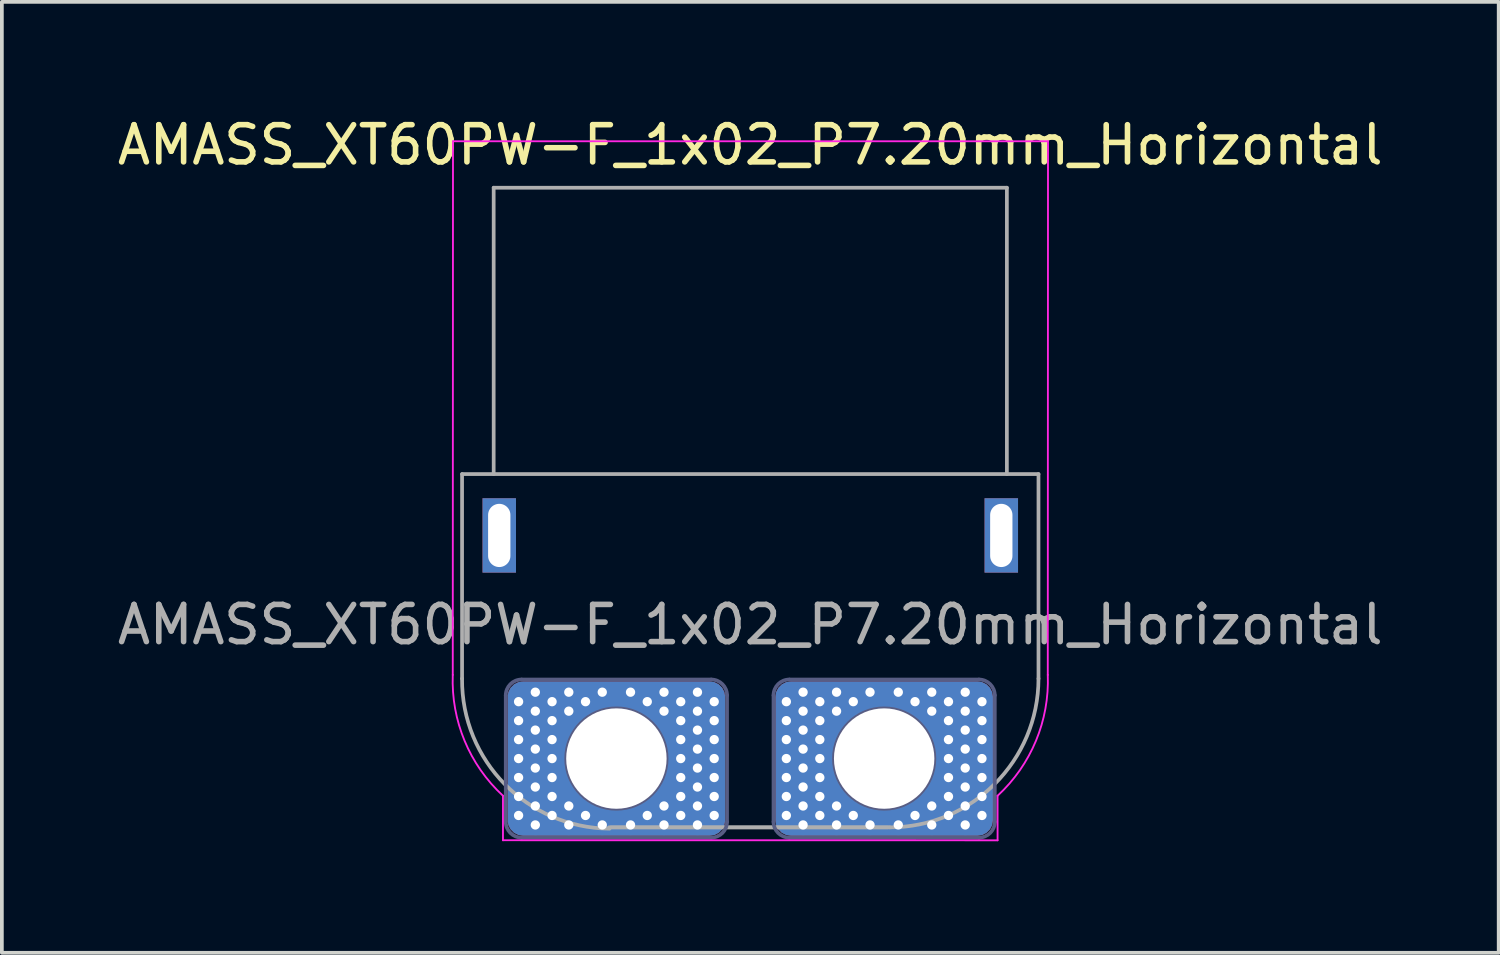
<source format=kicad_pcb>
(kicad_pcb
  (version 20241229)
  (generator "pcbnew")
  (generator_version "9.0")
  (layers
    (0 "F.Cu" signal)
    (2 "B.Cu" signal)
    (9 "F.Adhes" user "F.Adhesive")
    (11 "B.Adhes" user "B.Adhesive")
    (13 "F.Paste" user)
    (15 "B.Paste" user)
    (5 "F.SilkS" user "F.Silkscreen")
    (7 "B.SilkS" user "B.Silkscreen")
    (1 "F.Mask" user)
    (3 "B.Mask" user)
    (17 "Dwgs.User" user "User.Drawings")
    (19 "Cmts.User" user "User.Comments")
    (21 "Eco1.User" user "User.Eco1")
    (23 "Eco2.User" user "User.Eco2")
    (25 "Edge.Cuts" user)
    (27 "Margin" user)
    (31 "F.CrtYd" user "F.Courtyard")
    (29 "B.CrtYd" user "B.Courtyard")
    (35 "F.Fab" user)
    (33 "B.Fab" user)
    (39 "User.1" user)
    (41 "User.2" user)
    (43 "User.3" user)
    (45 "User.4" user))
  (footprint "AMASS_XT60PW-F_1x02_P7.20mm_Horizontal"
    (layer "F.Cu")
    (at 20.725 17.348)
    (property "Reference" "AMASS_XT60PW-F_1x02_P7.20mm_Horizontal" (at -3.6 -16.5 0) (layer "F.SilkS") (effects (font (size 1 1) (thickness 0.15))))
    (attr through_hole)
    (fp_line (start -11.594 -16.6) (end -11.6 -2.25) (stroke (width 0.05) (type solid)) (layer "F.CrtYd"))
    (fp_line (start -11.594 -16.6) (end 4.406 -16.6) (stroke (width 0.05) (type solid)) (layer "F.CrtYd"))
    (fp_line (start -10.25 1) (end -10.25 2.198) (stroke (width 0.05) (type solid)) (layer "F.CrtYd"))
    (fp_line (start 3.05 1) (end 3.05 2.198) (stroke (width 0.05) (type solid)) (layer "F.CrtYd"))
    (fp_line (start 3.05 2.198) (end -10.25 2.196) (stroke (width 0.05) (type solid)) (layer "F.CrtYd"))
    (fp_line (start 4.406 -16.6) (end 4.4 -2.25) (stroke (width 0.05) (type solid)) (layer "F.CrtYd"))
    (fp_arc (start -10.25 1) (mid -11.281741 -0.476815) (end -11.6 -2.25) (stroke (width 0.05) (type solid)) (layer "F.CrtYd"))
    (fp_arc (start 4.4 -2.25) (mid 4.081744 -0.476814) (end 3.05 1) (stroke (width 0.05) (type solid)) (layer "F.CrtYd"))
    (fp_line (start -10.175 1.7) (end -10.175 -1.7) (stroke (width 0.1) (type default)) (layer "B.Fab"))
    (fp_line (start -9.75 -2.125) (end -4.65 -2.125) (stroke (width 0.1) (type default)) (layer "B.Fab"))
    (fp_line (start -4.65 2.125) (end -9.75 2.125) (stroke (width 0.1) (type default)) (layer "B.Fab"))
    (fp_line (start -4.225 -1.7) (end -4.225 1.7) (stroke (width 0.1) (type default)) (layer "B.Fab"))
    (fp_line (start -2.975 1.7) (end -2.975 -1.7) (stroke (width 0.1) (type default)) (layer "B.Fab"))
    (fp_line (start -2.55 -2.125) (end 2.55 -2.125) (stroke (width 0.1) (type default)) (layer "B.Fab"))
    (fp_line (start 2.55 2.125) (end -2.55 2.125) (stroke (width 0.1) (type default)) (layer "B.Fab"))
    (fp_line (start 2.975 -1.7) (end 2.975 1.7) (stroke (width 0.1) (type default)) (layer "B.Fab"))
    (fp_arc (start -10.175 -1.7) (mid -10.05052 -2.00052) (end -9.75 -2.125) (stroke (width 0.1) (type default)) (layer "B.Fab"))
    (fp_arc (start -9.75 2.125) (mid -10.05052 2.00052) (end -10.175 1.7) (stroke (width 0.1) (type default)) (layer "B.Fab"))
    (fp_arc (start -4.65 -2.125) (mid -4.34948 -2.00052) (end -4.225 -1.7) (stroke (width 0.1) (type default)) (layer "B.Fab"))
    (fp_arc (start -4.225 1.7) (mid -4.34948 2.00052) (end -4.65 2.125) (stroke (width 0.1) (type default)) (layer "B.Fab"))
    (fp_arc (start -2.975 -1.7) (mid -2.85052 -2.00052) (end -2.55 -2.125) (stroke (width 0.1) (type default)) (layer "B.Fab"))
    (fp_arc (start -2.55 2.125) (mid -2.85052 2.00052) (end -2.975 1.7) (stroke (width 0.1) (type default)) (layer "B.Fab"))
    (fp_arc (start 2.55 -2.125) (mid 2.85052 -2.00052) (end 2.975 -1.7) (stroke (width 0.1) (type default)) (layer "B.Fab"))
    (fp_arc (start 2.975 1.7) (mid 2.85052 2.00052) (end 2.55 2.125) (stroke (width 0.1) (type default)) (layer "B.Fab"))
    (fp_circle (center -7.2 0) (end -5.85 0) (stroke (width 0.1) (type default)) (fill no) (layer "B.Fab"))
    (fp_circle (center 0 0) (end 1.35 0) (stroke (width 0.1) (type default)) (fill no) (layer "B.Fab"))
    (fp_line (start -11.35 -7.65) (end -11.35 -2.15) (stroke (width 0.1) (type solid)) (layer "F.Fab"))
    (fp_line (start -11.35 -7.65) (end 4.15 -7.65) (stroke (width 0.1) (type solid)) (layer "F.Fab"))
    (fp_line (start -10.5 -15.35) (end 3.3 -15.35) (stroke (width 0.1) (type solid)) (layer "F.Fab"))
    (fp_line (start -10.5 -7.65) (end -10.5 -15.35) (stroke (width 0.1) (type solid)) (layer "F.Fab"))
    (fp_line (start -7.4 1.85) (end 0.1 1.85) (stroke (width 0.1) (type solid)) (layer "F.Fab"))
    (fp_line (start -7.35 1.85) (end 0.15 1.85) (stroke (width 0.1) (type solid)) (layer "F.Fab"))
    (fp_line (start 3.3 -7.65) (end 3.3 -15.35) (stroke (width 0.1) (type solid)) (layer "F.Fab"))
    (fp_line (start 4.15 -7.65) (end 4.15 -2.15) (stroke (width 0.1) (type solid)) (layer "F.Fab"))
    (fp_arc (start -7.385 1.885) (mid -10.203176 0.688678) (end -11.35 -2.15) (stroke (width 0.1) (type solid)) (layer "F.Fab"))
    (fp_arc (start 4.15 -2.15) (mid 2.978427 0.678427) (end 0.15 1.85) (stroke (width 0.1) (type solid)) (layer "F.Fab"))
    (fp_circle (center -0.05 0) (end 0.2 0) (stroke (width 0.1) (type solid)) (fill no) (layer "F.Fab"))
    (fp_text user "${REFERENCE}" (at -3.6 -3.6 0) (layer "F.Fab") (effects (font (size 1 1) (thickness 0.15))))
    (pad "1" thru_hole circle (at -2.63 -1.53 90) (size 0.55 0.55) (drill 0.25) (layers "*.Cu"))
    (pad "1" thru_hole circle (at -2.63 -1.02 90) (size 0.55 0.55) (drill 0.25) (layers "*.Cu"))
    (pad "1" thru_hole circle (at -2.63 -0.51 90) (size 0.55 0.55) (drill 0.25) (layers "*.Cu"))
    (pad "1" thru_hole circle (at -2.63 0 90) (size 0.55 0.55) (drill 0.25) (layers "*.Cu"))
    (pad "1" thru_hole circle (at -2.63 0.51 90) (size 0.55 0.55) (drill 0.25) (layers "*.Cu"))
    (pad "1" thru_hole circle (at -2.63 1.02 90) (size 0.55 0.55) (drill 0.25) (layers "*.Cu"))
    (pad "1" thru_hole circle (at -2.63 1.53 90) (size 0.55 0.55) (drill 0.25) (layers "*.Cu"))
    (pad "1" thru_hole circle (at -2.18 -1.785 90) (size 0.55 0.55) (drill 0.25) (layers "*.Cu"))
    (pad "1" thru_hole circle (at -2.18 -1.275 90) (size 0.55 0.55) (drill 0.25) (layers "*.Cu"))
    (pad "1" thru_hole circle (at -2.18 -0.765 90) (size 0.55 0.55) (drill 0.25) (layers "*.Cu"))
    (pad "1" thru_hole circle (at -2.18 -0.255 90) (size 0.55 0.55) (drill 0.25) (layers "*.Cu"))
    (pad "1" thru_hole circle (at -2.18 0.255 90) (size 0.55 0.55) (drill 0.25) (layers "*.Cu"))
    (pad "1" thru_hole circle (at -2.18 0.765 90) (size 0.55 0.55) (drill 0.25) (layers "*.Cu"))
    (pad "1" thru_hole circle (at -2.18 1.275 90) (size 0.55 0.55) (drill 0.25) (layers "*.Cu"))
    (pad "1" thru_hole circle (at -2.18 1.785 90) (size 0.55 0.55) (drill 0.25) (layers "*.Cu"))
    (pad "1" thru_hole circle (at -1.73 -1.53 90) (size 0.55 0.55) (drill 0.25) (layers "*.Cu"))
    (pad "1" thru_hole circle (at -1.73 -1.02 90) (size 0.55 0.55) (drill 0.25) (layers "*.Cu"))
    (pad "1" thru_hole circle (at -1.73 -0.51 90) (size 0.55 0.55) (drill 0.25) (layers "*.Cu"))
    (pad "1" thru_hole circle (at -1.73 0 90) (size 0.55 0.55) (drill 0.25) (layers "*.Cu"))
    (pad "1" thru_hole circle (at -1.73 0.51 90) (size 0.55 0.55) (drill 0.25) (layers "*.Cu"))
    (pad "1" thru_hole circle (at -1.73 1.02 90) (size 0.55 0.55) (drill 0.25) (layers "*.Cu"))
    (pad "1" thru_hole circle (at -1.73 1.53 90) (size 0.55 0.55) (drill 0.25) (layers "*.Cu"))
    (pad "1" thru_hole circle (at -1.28 -1.785 90) (size 0.55 0.55) (drill 0.25) (layers "*.Cu"))
    (pad "1" thru_hole circle (at -1.28 -1.275 90) (size 0.55 0.55) (drill 0.25) (layers "*.Cu"))
    (pad "1" thru_hole circle (at -1.28 1.275 90) (size 0.55 0.55) (drill 0.25) (layers "*.Cu"))
    (pad "1" thru_hole circle (at -1.28 1.785 90) (size 0.55 0.55) (drill 0.25) (layers "*.Cu"))
    (pad "1" thru_hole circle (at -0.83 -1.53 90) (size 0.55 0.55) (drill 0.25) (layers "*.Cu"))
    (pad "1" thru_hole circle (at -0.83 1.53 90) (size 0.55 0.55) (drill 0.25) (layers "*.Cu"))
    (pad "1" thru_hole circle (at -0.38 -1.785 90) (size 0.55 0.55) (drill 0.25) (layers "*.Cu"))
    (pad "1" thru_hole circle (at -0.38 1.785 90) (size 0.55 0.55) (drill 0.25) (layers "*.Cu"))
    (pad "1" thru_hole roundrect (at 0 0) (size 5.85 4.15) (drill 2.7) (layers "*.Cu" "*.Mask") (roundrect_rratio 0.1))
    (pad "1" thru_hole circle (at 0.38 -1.785 270) (size 0.55 0.55) (drill 0.25) (layers "*.Cu"))
    (pad "1" thru_hole circle (at 0.38 1.785 270) (size 0.55 0.55) (drill 0.25) (layers "*.Cu"))
    (pad "1" thru_hole circle (at 0.83 -1.53 270) (size 0.55 0.55) (drill 0.25) (layers "*.Cu"))
    (pad "1" thru_hole circle (at 0.83 1.53 270) (size 0.55 0.55) (drill 0.25) (layers "*.Cu"))
    (pad "1" thru_hole circle (at 1.28 -1.785 270) (size 0.55 0.55) (drill 0.25) (layers "*.Cu"))
    (pad "1" thru_hole circle (at 1.28 -1.275 270) (size 0.55 0.55) (drill 0.25) (layers "*.Cu"))
    (pad "1" thru_hole circle (at 1.28 1.275 270) (size 0.55 0.55) (drill 0.25) (layers "*.Cu"))
    (pad "1" thru_hole circle (at 1.28 1.785 270) (size 0.55 0.55) (drill 0.25) (layers "*.Cu"))
    (pad "1" thru_hole circle (at 1.73 -1.53 270) (size 0.55 0.55) (drill 0.25) (layers "*.Cu"))
    (pad "1" thru_hole circle (at 1.73 -1.02 270) (size 0.55 0.55) (drill 0.25) (layers "*.Cu"))
    (pad "1" thru_hole circle (at 1.73 -0.51 270) (size 0.55 0.55) (drill 0.25) (layers "*.Cu"))
    (pad "1" thru_hole circle (at 1.73 0 270) (size 0.55 0.55) (drill 0.25) (layers "*.Cu"))
    (pad "1" thru_hole circle (at 1.73 0.51 270) (size 0.55 0.55) (drill 0.25) (layers "*.Cu"))
    (pad "1" thru_hole circle (at 1.73 1.02 270) (size 0.55 0.55) (drill 0.25) (layers "*.Cu"))
    (pad "1" thru_hole circle (at 1.73 1.53 270) (size 0.55 0.55) (drill 0.25) (layers "*.Cu"))
    (pad "1" thru_hole circle (at 2.18 -1.785 270) (size 0.55 0.55) (drill 0.25) (layers "*.Cu"))
    (pad "1" thru_hole circle (at 2.18 -1.275 270) (size 0.55 0.55) (drill 0.25) (layers "*.Cu"))
    (pad "1" thru_hole circle (at 2.18 -0.765 270) (size 0.55 0.55) (drill 0.25) (layers "*.Cu"))
    (pad "1" thru_hole circle (at 2.18 -0.255 270) (size 0.55 0.55) (drill 0.25) (layers "*.Cu"))
    (pad "1" thru_hole circle (at 2.18 0.255 270) (size 0.55 0.55) (drill 0.25) (layers "*.Cu"))
    (pad "1" thru_hole circle (at 2.18 0.765 270) (size 0.55 0.55) (drill 0.25) (layers "*.Cu"))
    (pad "1" thru_hole circle (at 2.18 1.275 270) (size 0.55 0.55) (drill 0.25) (layers "*.Cu"))
    (pad "1" thru_hole circle (at 2.18 1.785 270) (size 0.55 0.55) (drill 0.25) (layers "*.Cu"))
    (pad "1" thru_hole circle (at 2.63 -1.53 270) (size 0.55 0.55) (drill 0.25) (layers "*.Cu"))
    (pad "1" thru_hole circle (at 2.63 -1.02 270) (size 0.55 0.55) (drill 0.25) (layers "*.Cu"))
    (pad "1" thru_hole circle (at 2.63 -0.51 270) (size 0.55 0.55) (drill 0.25) (layers "*.Cu"))
    (pad "1" thru_hole circle (at 2.63 0 270) (size 0.55 0.55) (drill 0.25) (layers "*.Cu"))
    (pad "1" thru_hole circle (at 2.63 0.51 270) (size 0.55 0.55) (drill 0.25) (layers "*.Cu"))
    (pad "1" thru_hole circle (at 2.63 1.02 270) (size 0.55 0.55) (drill 0.25) (layers "*.Cu"))
    (pad "1" thru_hole circle (at 2.63 1.53 270) (size 0.55 0.55) (drill 0.25) (layers "*.Cu"))
    (pad "2" thru_hole circle (at -9.83 -1.53 90) (size 0.55 0.55) (drill 0.25) (layers "*.Cu"))
    (pad "2" thru_hole circle (at -9.83 -1.02 90) (size 0.55 0.55) (drill 0.25) (layers "*.Cu"))
    (pad "2" thru_hole circle (at -9.83 -0.51 90) (size 0.55 0.55) (drill 0.25) (layers "*.Cu"))
    (pad "2" thru_hole circle (at -9.83 0 90) (size 0.55 0.55) (drill 0.25) (layers "*.Cu"))
    (pad "2" thru_hole circle (at -9.83 0.51 90) (size 0.55 0.55) (drill 0.25) (layers "*.Cu"))
    (pad "2" thru_hole circle (at -9.83 1.02 90) (size 0.55 0.55) (drill 0.25) (layers "*.Cu"))
    (pad "2" thru_hole circle (at -9.83 1.53 90) (size 0.55 0.55) (drill 0.25) (layers "*.Cu"))
    (pad "2" thru_hole circle (at -9.38 -1.785 90) (size 0.55 0.55) (drill 0.25) (layers "*.Cu"))
    (pad "2" thru_hole circle (at -9.38 -1.275 90) (size 0.55 0.55) (drill 0.25) (layers "*.Cu"))
    (pad "2" thru_hole circle (at -9.38 -0.765 90) (size 0.55 0.55) (drill 0.25) (layers "*.Cu"))
    (pad "2" thru_hole circle (at -9.38 -0.255 90) (size 0.55 0.55) (drill 0.25) (layers "*.Cu"))
    (pad "2" thru_hole circle (at -9.38 0.255 90) (size 0.55 0.55) (drill 0.25) (layers "*.Cu"))
    (pad "2" thru_hole circle (at -9.38 0.765 90) (size 0.55 0.55) (drill 0.25) (layers "*.Cu"))
    (pad "2" thru_hole circle (at -9.38 1.275 90) (size 0.55 0.55) (drill 0.25) (layers "*.Cu"))
    (pad "2" thru_hole circle (at -9.38 1.785 90) (size 0.55 0.55) (drill 0.25) (layers "*.Cu"))
    (pad "2" thru_hole circle (at -8.93 -1.53 90) (size 0.55 0.55) (drill 0.25) (layers "*.Cu"))
    (pad "2" thru_hole circle (at -8.93 -1.02 90) (size 0.55 0.55) (drill 0.25) (layers "*.Cu"))
    (pad "2" thru_hole circle (at -8.93 -0.51 90) (size 0.55 0.55) (drill 0.25) (layers "*.Cu"))
    (pad "2" thru_hole circle (at -8.93 0 90) (size 0.55 0.55) (drill 0.25) (layers "*.Cu"))
    (pad "2" thru_hole circle (at -8.93 0.51 90) (size 0.55 0.55) (drill 0.25) (layers "*.Cu"))
    (pad "2" thru_hole circle (at -8.93 1.02 90) (size 0.55 0.55) (drill 0.25) (layers "*.Cu"))
    (pad "2" thru_hole circle (at -8.93 1.53 90) (size 0.55 0.55) (drill 0.25) (layers "*.Cu"))
    (pad "2" thru_hole circle (at -8.48 -1.785 90) (size 0.55 0.55) (drill 0.25) (layers "*.Cu"))
    (pad "2" thru_hole circle (at -8.48 -1.275 90) (size 0.55 0.55) (drill 0.25) (layers "*.Cu"))
    (pad "2" thru_hole circle (at -8.48 1.275 90) (size 0.55 0.55) (drill 0.25) (layers "*.Cu"))
    (pad "2" thru_hole circle (at -8.48 1.785 90) (size 0.55 0.55) (drill 0.25) (layers "*.Cu"))
    (pad "2" thru_hole circle (at -8.03 -1.53 90) (size 0.55 0.55) (drill 0.25) (layers "*.Cu"))
    (pad "2" thru_hole circle (at -8.03 1.53 90) (size 0.55 0.55) (drill 0.25) (layers "*.Cu"))
    (pad "2" thru_hole circle (at -7.58 -1.785 90) (size 0.55 0.55) (drill 0.25) (layers "*.Cu"))
    (pad "2" thru_hole circle (at -7.58 1.785 90) (size 0.55 0.55) (drill 0.25) (layers "*.Cu"))
    (pad "2" thru_hole roundrect (at -7.2 0) (size 5.85 4.15) (drill 2.7) (layers "*.Cu" "*.Mask") (roundrect_rratio 0.1))
    (pad "2" thru_hole circle (at -6.82 -1.785 270) (size 0.55 0.55) (drill 0.25) (layers "*.Cu"))
    (pad "2" thru_hole circle (at -6.82 1.785 270) (size 0.55 0.55) (drill 0.25) (layers "*.Cu"))
    (pad "2" thru_hole circle (at -6.37 -1.53 270) (size 0.55 0.55) (drill 0.25) (layers "*.Cu"))
    (pad "2" thru_hole circle (at -6.37 1.53 270) (size 0.55 0.55) (drill 0.25) (layers "*.Cu"))
    (pad "2" thru_hole circle (at -5.92 -1.785 270) (size 0.55 0.55) (drill 0.25) (layers "*.Cu"))
    (pad "2" thru_hole circle (at -5.92 -1.275 270) (size 0.55 0.55) (drill 0.25) (layers "*.Cu"))
    (pad "2" thru_hole circle (at -5.92 1.275 270) (size 0.55 0.55) (drill 0.25) (layers "*.Cu"))
    (pad "2" thru_hole circle (at -5.92 1.785 270) (size 0.55 0.55) (drill 0.25) (layers "*.Cu"))
    (pad "2" thru_hole circle (at -5.47 -1.53 270) (size 0.55 0.55) (drill 0.25) (layers "*.Cu"))
    (pad "2" thru_hole circle (at -5.47 -1.02 270) (size 0.55 0.55) (drill 0.25) (layers "*.Cu"))
    (pad "2" thru_hole circle (at -5.47 -0.51 270) (size 0.55 0.55) (drill 0.25) (layers "*.Cu"))
    (pad "2" thru_hole circle (at -5.47 0 270) (size 0.55 0.55) (drill 0.25) (layers "*.Cu"))
    (pad "2" thru_hole circle (at -5.47 0.51 270) (size 0.55 0.55) (drill 0.25) (layers "*.Cu"))
    (pad "2" thru_hole circle (at -5.47 1.02 270) (size 0.55 0.55) (drill 0.25) (layers "*.Cu"))
    (pad "2" thru_hole circle (at -5.47 1.53 270) (size 0.55 0.55) (drill 0.25) (layers "*.Cu"))
    (pad "2" thru_hole circle (at -5.02 -1.785 270) (size 0.55 0.55) (drill 0.25) (layers "*.Cu"))
    (pad "2" thru_hole circle (at -5.02 -1.275 270) (size 0.55 0.55) (drill 0.25) (layers "*.Cu"))
    (pad "2" thru_hole circle (at -5.02 -0.765 270) (size 0.55 0.55) (drill 0.25) (layers "*.Cu"))
    (pad "2" thru_hole circle (at -5.02 -0.255 270) (size 0.55 0.55) (drill 0.25) (layers "*.Cu"))
    (pad "2" thru_hole circle (at -5.02 0.255 270) (size 0.55 0.55) (drill 0.25) (layers "*.Cu"))
    (pad "2" thru_hole circle (at -5.02 0.765 270) (size 0.55 0.55) (drill 0.25) (layers "*.Cu"))
    (pad "2" thru_hole circle (at -5.02 1.275 270) (size 0.55 0.55) (drill 0.25) (layers "*.Cu"))
    (pad "2" thru_hole circle (at -5.02 1.785 270) (size 0.55 0.55) (drill 0.25) (layers "*.Cu"))
    (pad "2" thru_hole circle (at -4.57 -1.53 270) (size 0.55 0.55) (drill 0.25) (layers "*.Cu"))
    (pad "2" thru_hole circle (at -4.57 -1.02 270) (size 0.55 0.55) (drill 0.25) (layers "*.Cu"))
    (pad "2" thru_hole circle (at -4.57 -0.51 270) (size 0.55 0.55) (drill 0.25) (layers "*.Cu"))
    (pad "2" thru_hole circle (at -4.57 0 270) (size 0.55 0.55) (drill 0.25) (layers "*.Cu"))
    (pad "2" thru_hole circle (at -4.57 0.51 270) (size 0.55 0.55) (drill 0.25) (layers "*.Cu"))
    (pad "2" thru_hole circle (at -4.57 1.02 270) (size 0.55 0.55) (drill 0.25) (layers "*.Cu"))
    (pad "2" thru_hole circle (at -4.57 1.53 270) (size 0.55 0.55) (drill 0.25) (layers "*.Cu"))
    (pad "MP" thru_hole rect (at -10.35 -6) (size 0.9 2) (drill oval 0.6 1.7) (layers "*.Cu" "*.Mask"))
    (pad "MP" thru_hole rect (at 3.15 -6) (size 0.9 2) (drill oval 0.6 1.7) (layers "*.Cu" "*.Mask")))
  (gr_rect
    (start -3 -3)
    (end 37.25 22.571)
    (stroke (width 0.1) (type default))
    (fill no)
    (layer "Edge.Cuts")))
</source>
